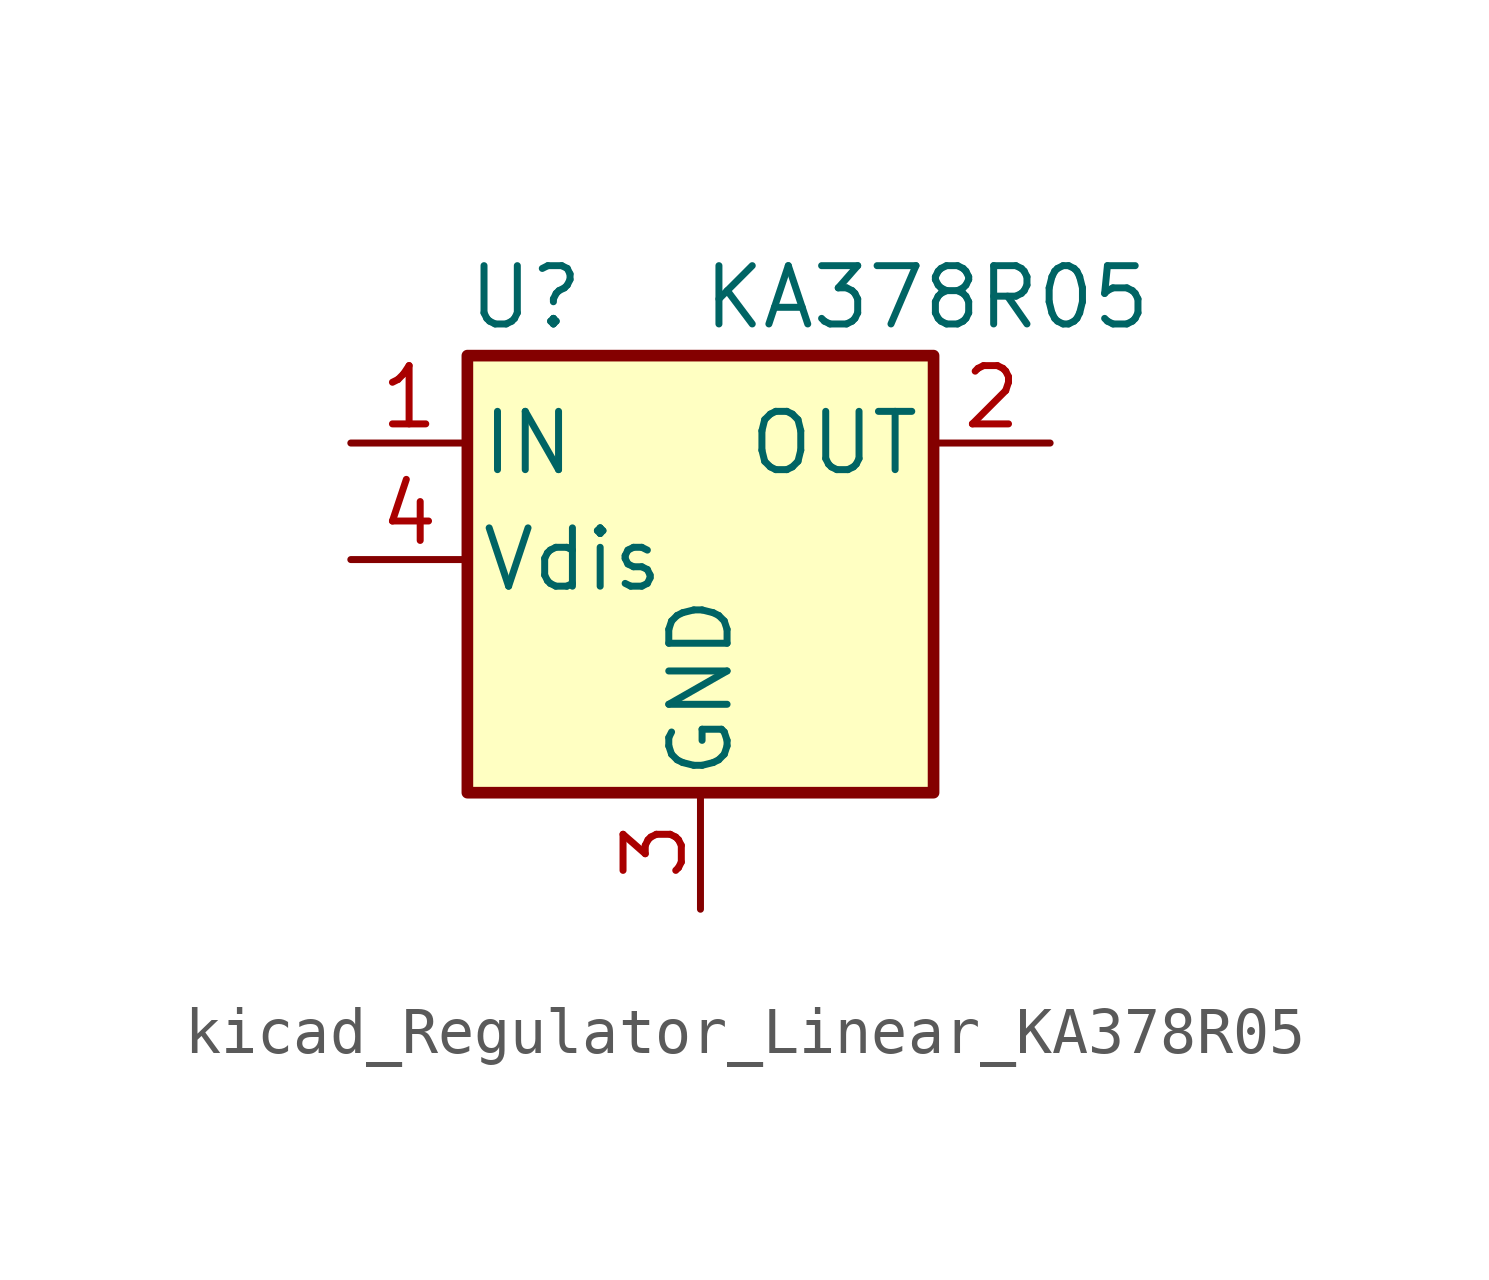
<source format=kicad_sym>
(kicad_symbol_lib
  (version 20220914)
  (generator kicad_symbol_editor)
  (symbol "kicad_Regulator_Linear_KA378R05"
    (pin_names
      (offset 0.254))
    (property "Reference" "U"
      (at -3.81 5.715 0)
      (effects (font (size 1.27 1.27))))
    (property "Value" "KA378R05"
      (at 0 5.715 0)
      (effects (font (size 1.27 1.27)) (justify left)))
    (symbol "kicad_Regulator_Linear_KA378R05_0_1"
      (rectangle (start -5.08 4.445) (end 5.08 -5.08) (stroke (width 0.254) (type default)) (fill (type background))))
    (symbol "kicad_Regulator_Linear_KA378R05_1_1"
      (pin power_in line (at -7.62 2.54 0) (length 2.54) (name "IN" (effects (font (size 1.27 1.27)))) (number "1" (effects (font (size 1.27 1.27)))))
      (pin power_out line (at 7.62 2.54 180) (length 2.54) (name "OUT" (effects (font (size 1.27 1.27)))) (number "2" (effects (font (size 1.27 1.27)))))
      (pin power_in line (at 0 -7.62 90) (length 2.54) (name "GND" (effects (font (size 1.27 1.27)))) (number "3" (effects (font (size 1.27 1.27)))))
      (pin input line (at -7.62 0 0) (length 2.54) (name "Vdis" (effects (font (size 1.27 1.27)))) (number "4" (effects (font (size 1.27 1.27))))))))
</source>
